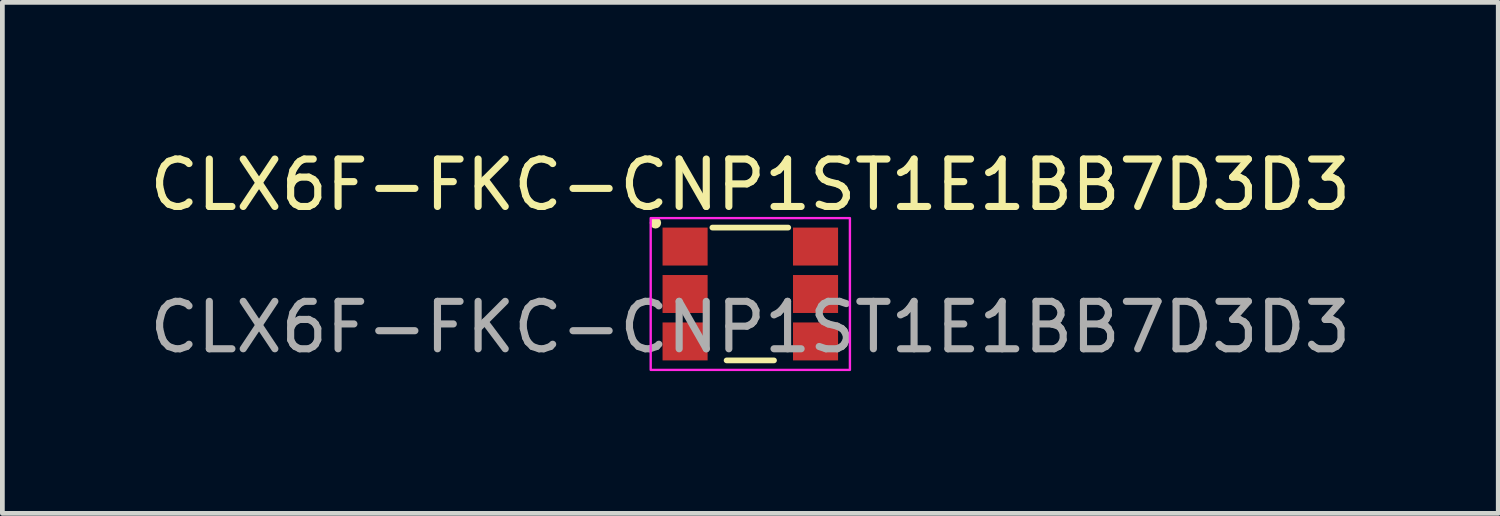
<source format=kicad_pcb>
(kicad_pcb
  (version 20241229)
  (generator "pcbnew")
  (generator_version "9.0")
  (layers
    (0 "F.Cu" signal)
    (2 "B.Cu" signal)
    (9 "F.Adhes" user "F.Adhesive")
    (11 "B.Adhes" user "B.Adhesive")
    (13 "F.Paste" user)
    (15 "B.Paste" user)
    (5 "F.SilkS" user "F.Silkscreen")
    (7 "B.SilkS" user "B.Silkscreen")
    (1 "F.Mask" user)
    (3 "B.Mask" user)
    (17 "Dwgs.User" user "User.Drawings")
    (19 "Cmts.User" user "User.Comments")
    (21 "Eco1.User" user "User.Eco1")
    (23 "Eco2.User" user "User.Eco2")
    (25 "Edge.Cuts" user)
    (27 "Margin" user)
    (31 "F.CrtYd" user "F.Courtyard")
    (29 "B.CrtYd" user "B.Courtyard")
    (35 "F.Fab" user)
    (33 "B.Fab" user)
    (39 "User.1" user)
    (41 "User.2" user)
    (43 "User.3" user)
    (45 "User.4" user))
  (footprint "CLX6F-FKC-CNP1ST1E1BB7D3D3"
    (layer "F.Cu")
    (at 12.768 3.148)
    (property "Reference" "CLX6F-FKC-CNP1ST1E1BB7D3D3" (at 0 -2.3 0) (unlocked yes) (layer "F.SilkS") (effects (font (size 1 1) (thickness 0.15))))
    (attr smd)
    (fp_line (start -0.8 -1.4) (end 0.8 -1.4) (stroke (width 0.12) (type default)) (layer "F.SilkS"))
    (fp_line (start -0.5 1.4) (end 0.5 1.4) (stroke (width 0.12) (type default)) (layer "F.SilkS"))
    (fp_circle (center -2 -1.5) (end -2 -1.5) (stroke (width 0.12) (type default)) (fill no) (layer "F.SilkS"))
    (fp_rect (start -2.1 -1.6) (end 2.1 1.6) (stroke (width 0.05) (type default)) (fill no) (layer "F.CrtYd"))
    (fp_text user "${REFERENCE}" (at 0 0.7 0) (unlocked yes) (layer "F.Fab") (effects (font (size 1 1) (thickness 0.15))))
    (pad "1" smd rect (at -1.375 -1) (size 0.95 0.8) (layers "F.Cu" "F.Mask" "F.Paste"))
    (pad "2" smd rect (at -1.375 0) (size 0.95 0.8) (layers "F.Cu" "F.Mask" "F.Paste"))
    (pad "3" smd rect (at -1.375 1) (size 0.95 0.8) (layers "F.Cu" "F.Mask" "F.Paste"))
    (pad "4" smd rect (at 1.375 1) (size 0.95 0.8) (layers "F.Cu" "F.Mask" "F.Paste"))
    (pad "5" smd rect (at 1.375 0) (size 0.95 0.8) (layers "F.Cu" "F.Mask" "F.Paste"))
    (pad "6" smd rect (at 1.375 -1) (size 0.95 0.8) (layers "F.Cu" "F.Mask" "F.Paste")))
  (gr_rect
    (start -3 -3)
    (end 28.536 7.773)
    (stroke (width 0.1) (type default))
    (fill no)
    (layer "Edge.Cuts")))
</source>
